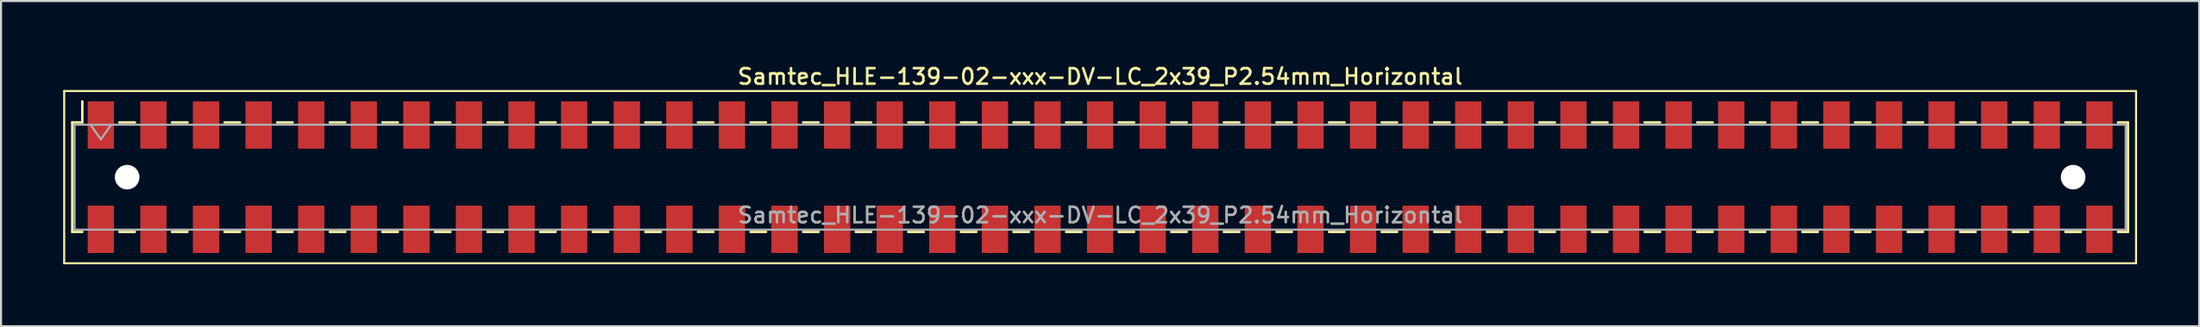
<source format=kicad_pcb>
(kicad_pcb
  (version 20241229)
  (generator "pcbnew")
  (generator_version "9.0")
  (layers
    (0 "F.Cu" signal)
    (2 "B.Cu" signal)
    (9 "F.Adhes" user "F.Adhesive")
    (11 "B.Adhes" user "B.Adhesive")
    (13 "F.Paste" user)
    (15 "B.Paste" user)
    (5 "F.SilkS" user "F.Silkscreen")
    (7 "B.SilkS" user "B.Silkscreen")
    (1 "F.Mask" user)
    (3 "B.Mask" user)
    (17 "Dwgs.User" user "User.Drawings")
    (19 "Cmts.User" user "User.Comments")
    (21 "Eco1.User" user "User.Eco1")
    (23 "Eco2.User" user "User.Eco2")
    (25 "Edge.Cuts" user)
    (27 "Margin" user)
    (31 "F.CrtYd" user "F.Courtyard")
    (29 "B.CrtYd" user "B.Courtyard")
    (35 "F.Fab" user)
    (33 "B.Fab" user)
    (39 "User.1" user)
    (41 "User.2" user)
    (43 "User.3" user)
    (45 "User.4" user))
  (footprint "Samtec_HLE-139-02-xxx-DV-LC_2x39_P2.54mm_Horizontal"
    (layer "F.Cu")
    (at 50.08 5.528)
    (property "Reference" "Samtec_HLE-139-02-xxx-DV-LC_2x39_P2.54mm_Horizontal" (at 0 -4.87 0) (layer "F.SilkS") (effects (font (size 0.75 0.75) (thickness 0.125))))
    (attr smd)
    (fp_line (start -50.03 -4.17) (end 50.03 -4.17) (stroke (width 0.1) (type solid)) (layer "F.SilkS"))
    (fp_line (start -50.03 4.17) (end -50.03 -4.17) (stroke (width 0.1) (type solid)) (layer "F.SilkS"))
    (fp_line (start -49.64 -2.65) (end -49.64 2.65) (stroke (width 0.12) (type solid)) (layer "F.SilkS"))
    (fp_line (start -49.64 2.65) (end -49.155 2.65) (stroke (width 0.12) (type solid)) (layer "F.SilkS"))
    (fp_line (start -49.155 -3.67) (end -49.155 -2.65) (stroke (width 0.12) (type solid)) (layer "F.SilkS"))
    (fp_line (start -49.155 -2.65) (end -49.64 -2.65) (stroke (width 0.12) (type solid)) (layer "F.SilkS"))
    (fp_line (start -47.365 -2.65) (end -46.615 -2.65) (stroke (width 0.12) (type solid)) (layer "F.SilkS"))
    (fp_line (start -47.365 2.65) (end -46.615 2.65) (stroke (width 0.12) (type solid)) (layer "F.SilkS"))
    (fp_line (start -44.825 -2.65) (end -44.075 -2.65) (stroke (width 0.12) (type solid)) (layer "F.SilkS"))
    (fp_line (start -44.825 2.65) (end -44.075 2.65) (stroke (width 0.12) (type solid)) (layer "F.SilkS"))
    (fp_line (start -42.285 -2.65) (end -41.535 -2.65) (stroke (width 0.12) (type solid)) (layer "F.SilkS"))
    (fp_line (start -42.285 2.65) (end -41.535 2.65) (stroke (width 0.12) (type solid)) (layer "F.SilkS"))
    (fp_line (start -39.745 -2.65) (end -38.995 -2.65) (stroke (width 0.12) (type solid)) (layer "F.SilkS"))
    (fp_line (start -39.745 2.65) (end -38.995 2.65) (stroke (width 0.12) (type solid)) (layer "F.SilkS"))
    (fp_line (start -37.205 -2.65) (end -36.455 -2.65) (stroke (width 0.12) (type solid)) (layer "F.SilkS"))
    (fp_line (start -37.205 2.65) (end -36.455 2.65) (stroke (width 0.12) (type solid)) (layer "F.SilkS"))
    (fp_line (start -34.665 -2.65) (end -33.915 -2.65) (stroke (width 0.12) (type solid)) (layer "F.SilkS"))
    (fp_line (start -34.665 2.65) (end -33.915 2.65) (stroke (width 0.12) (type solid)) (layer "F.SilkS"))
    (fp_line (start -32.125 -2.65) (end -31.375 -2.65) (stroke (width 0.12) (type solid)) (layer "F.SilkS"))
    (fp_line (start -32.125 2.65) (end -31.375 2.65) (stroke (width 0.12) (type solid)) (layer "F.SilkS"))
    (fp_line (start -29.585 -2.65) (end -28.835 -2.65) (stroke (width 0.12) (type solid)) (layer "F.SilkS"))
    (fp_line (start -29.585 2.65) (end -28.835 2.65) (stroke (width 0.12) (type solid)) (layer "F.SilkS"))
    (fp_line (start -27.045 -2.65) (end -26.295 -2.65) (stroke (width 0.12) (type solid)) (layer "F.SilkS"))
    (fp_line (start -27.045 2.65) (end -26.295 2.65) (stroke (width 0.12) (type solid)) (layer "F.SilkS"))
    (fp_line (start -24.505 -2.65) (end -23.755 -2.65) (stroke (width 0.12) (type solid)) (layer "F.SilkS"))
    (fp_line (start -24.505 2.65) (end -23.755 2.65) (stroke (width 0.12) (type solid)) (layer "F.SilkS"))
    (fp_line (start -21.965 -2.65) (end -21.215 -2.65) (stroke (width 0.12) (type solid)) (layer "F.SilkS"))
    (fp_line (start -21.965 2.65) (end -21.215 2.65) (stroke (width 0.12) (type solid)) (layer "F.SilkS"))
    (fp_line (start -19.425 -2.65) (end -18.675 -2.65) (stroke (width 0.12) (type solid)) (layer "F.SilkS"))
    (fp_line (start -19.425 2.65) (end -18.675 2.65) (stroke (width 0.12) (type solid)) (layer "F.SilkS"))
    (fp_line (start -16.885 -2.65) (end -16.135 -2.65) (stroke (width 0.12) (type solid)) (layer "F.SilkS"))
    (fp_line (start -16.885 2.65) (end -16.135 2.65) (stroke (width 0.12) (type solid)) (layer "F.SilkS"))
    (fp_line (start -14.345 -2.65) (end -13.595 -2.65) (stroke (width 0.12) (type solid)) (layer "F.SilkS"))
    (fp_line (start -14.345 2.65) (end -13.595 2.65) (stroke (width 0.12) (type solid)) (layer "F.SilkS"))
    (fp_line (start -11.805 -2.65) (end -11.055 -2.65) (stroke (width 0.12) (type solid)) (layer "F.SilkS"))
    (fp_line (start -11.805 2.65) (end -11.055 2.65) (stroke (width 0.12) (type solid)) (layer "F.SilkS"))
    (fp_line (start -9.265 -2.65) (end -8.515 -2.65) (stroke (width 0.12) (type solid)) (layer "F.SilkS"))
    (fp_line (start -9.265 2.65) (end -8.515 2.65) (stroke (width 0.12) (type solid)) (layer "F.SilkS"))
    (fp_line (start -6.725 -2.65) (end -5.975 -2.65) (stroke (width 0.12) (type solid)) (layer "F.SilkS"))
    (fp_line (start -6.725 2.65) (end -5.975 2.65) (stroke (width 0.12) (type solid)) (layer "F.SilkS"))
    (fp_line (start -4.185 -2.65) (end -3.435 -2.65) (stroke (width 0.12) (type solid)) (layer "F.SilkS"))
    (fp_line (start -4.185 2.65) (end -3.435 2.65) (stroke (width 0.12) (type solid)) (layer "F.SilkS"))
    (fp_line (start -1.645 -2.65) (end -0.895 -2.65) (stroke (width 0.12) (type solid)) (layer "F.SilkS"))
    (fp_line (start -1.645 2.65) (end -0.895 2.65) (stroke (width 0.12) (type solid)) (layer "F.SilkS"))
    (fp_line (start 0.895 -2.65) (end 1.645 -2.65) (stroke (width 0.12) (type solid)) (layer "F.SilkS"))
    (fp_line (start 0.895 2.65) (end 1.645 2.65) (stroke (width 0.12) (type solid)) (layer "F.SilkS"))
    (fp_line (start 3.435 -2.65) (end 4.185 -2.65) (stroke (width 0.12) (type solid)) (layer "F.SilkS"))
    (fp_line (start 3.435 2.65) (end 4.185 2.65) (stroke (width 0.12) (type solid)) (layer "F.SilkS"))
    (fp_line (start 5.975 -2.65) (end 6.725 -2.65) (stroke (width 0.12) (type solid)) (layer "F.SilkS"))
    (fp_line (start 5.975 2.65) (end 6.725 2.65) (stroke (width 0.12) (type solid)) (layer "F.SilkS"))
    (fp_line (start 8.515 -2.65) (end 9.265 -2.65) (stroke (width 0.12) (type solid)) (layer "F.SilkS"))
    (fp_line (start 8.515 2.65) (end 9.265 2.65) (stroke (width 0.12) (type solid)) (layer "F.SilkS"))
    (fp_line (start 11.055 -2.65) (end 11.805 -2.65) (stroke (width 0.12) (type solid)) (layer "F.SilkS"))
    (fp_line (start 11.055 2.65) (end 11.805 2.65) (stroke (width 0.12) (type solid)) (layer "F.SilkS"))
    (fp_line (start 13.595 -2.65) (end 14.345 -2.65) (stroke (width 0.12) (type solid)) (layer "F.SilkS"))
    (fp_line (start 13.595 2.65) (end 14.345 2.65) (stroke (width 0.12) (type solid)) (layer "F.SilkS"))
    (fp_line (start 16.135 -2.65) (end 16.885 -2.65) (stroke (width 0.12) (type solid)) (layer "F.SilkS"))
    (fp_line (start 16.135 2.65) (end 16.885 2.65) (stroke (width 0.12) (type solid)) (layer "F.SilkS"))
    (fp_line (start 18.675 -2.65) (end 19.425 -2.65) (stroke (width 0.12) (type solid)) (layer "F.SilkS"))
    (fp_line (start 18.675 2.65) (end 19.425 2.65) (stroke (width 0.12) (type solid)) (layer "F.SilkS"))
    (fp_line (start 21.215 -2.65) (end 21.965 -2.65) (stroke (width 0.12) (type solid)) (layer "F.SilkS"))
    (fp_line (start 21.215 2.65) (end 21.965 2.65) (stroke (width 0.12) (type solid)) (layer "F.SilkS"))
    (fp_line (start 23.755 -2.65) (end 24.505 -2.65) (stroke (width 0.12) (type solid)) (layer "F.SilkS"))
    (fp_line (start 23.755 2.65) (end 24.505 2.65) (stroke (width 0.12) (type solid)) (layer "F.SilkS"))
    (fp_line (start 26.295 -2.65) (end 27.045 -2.65) (stroke (width 0.12) (type solid)) (layer "F.SilkS"))
    (fp_line (start 26.295 2.65) (end 27.045 2.65) (stroke (width 0.12) (type solid)) (layer "F.SilkS"))
    (fp_line (start 28.835 -2.65) (end 29.585 -2.65) (stroke (width 0.12) (type solid)) (layer "F.SilkS"))
    (fp_line (start 28.835 2.65) (end 29.585 2.65) (stroke (width 0.12) (type solid)) (layer "F.SilkS"))
    (fp_line (start 31.375 -2.65) (end 32.125 -2.65) (stroke (width 0.12) (type solid)) (layer "F.SilkS"))
    (fp_line (start 31.375 2.65) (end 32.125 2.65) (stroke (width 0.12) (type solid)) (layer "F.SilkS"))
    (fp_line (start 33.915 -2.65) (end 34.665 -2.65) (stroke (width 0.12) (type solid)) (layer "F.SilkS"))
    (fp_line (start 33.915 2.65) (end 34.665 2.65) (stroke (width 0.12) (type solid)) (layer "F.SilkS"))
    (fp_line (start 36.455 -2.65) (end 37.205 -2.65) (stroke (width 0.12) (type solid)) (layer "F.SilkS"))
    (fp_line (start 36.455 2.65) (end 37.205 2.65) (stroke (width 0.12) (type solid)) (layer "F.SilkS"))
    (fp_line (start 38.995 -2.65) (end 39.745 -2.65) (stroke (width 0.12) (type solid)) (layer "F.SilkS"))
    (fp_line (start 38.995 2.65) (end 39.745 2.65) (stroke (width 0.12) (type solid)) (layer "F.SilkS"))
    (fp_line (start 41.535 -2.65) (end 42.285 -2.65) (stroke (width 0.12) (type solid)) (layer "F.SilkS"))
    (fp_line (start 41.535 2.65) (end 42.285 2.65) (stroke (width 0.12) (type solid)) (layer "F.SilkS"))
    (fp_line (start 44.075 -2.65) (end 44.825 -2.65) (stroke (width 0.12) (type solid)) (layer "F.SilkS"))
    (fp_line (start 44.075 2.65) (end 44.825 2.65) (stroke (width 0.12) (type solid)) (layer "F.SilkS"))
    (fp_line (start 46.615 -2.65) (end 47.365 -2.65) (stroke (width 0.12) (type solid)) (layer "F.SilkS"))
    (fp_line (start 46.615 2.65) (end 47.365 2.65) (stroke (width 0.12) (type solid)) (layer "F.SilkS"))
    (fp_line (start 49.155 -2.65) (end 49.64 -2.65) (stroke (width 0.12) (type solid)) (layer "F.SilkS"))
    (fp_line (start 49.64 -2.65) (end 49.64 2.65) (stroke (width 0.12) (type solid)) (layer "F.SilkS"))
    (fp_line (start 49.64 2.65) (end 49.155 2.65) (stroke (width 0.12) (type solid)) (layer "F.SilkS"))
    (fp_line (start 50.03 -4.17) (end 50.03 4.17) (stroke (width 0.1) (type solid)) (layer "F.SilkS"))
    (fp_line (start 50.03 4.17) (end -50.03 4.17) (stroke (width 0.1) (type solid)) (layer "F.SilkS"))
    (fp_line (start -49.53 -2.54) (end 49.53 -2.54) (stroke (width 0.1) (type solid)) (layer "F.Fab"))
    (fp_line (start -49.53 2.54) (end -49.53 -2.54) (stroke (width 0.1) (type solid)) (layer "F.Fab"))
    (fp_line (start -48.76 -2.54) (end -48.26 -1.833) (stroke (width 0.1) (type solid)) (layer "F.Fab"))
    (fp_line (start -48.26 -1.833) (end -47.76 -2.54) (stroke (width 0.1) (type solid)) (layer "F.Fab"))
    (fp_line (start 49.53 -2.54) (end 49.53 2.54) (stroke (width 0.1) (type solid)) (layer "F.Fab"))
    (fp_line (start 49.53 2.54) (end -49.53 2.54) (stroke (width 0.1) (type solid)) (layer "F.Fab"))
    (fp_text user "${REFERENCE}" (at 0 1.84 0) (layer "F.Fab") (effects (font (size 0.75 0.75) (thickness 0.125))))
    (pad "" np_thru_hole circle (at -46.99 0) (size 1.19 1.19) (drill 1.19) (layers "*.Cu" "*.Mask"))
    (pad "" np_thru_hole circle (at 46.99 0) (size 1.19 1.19) (drill 1.19) (layers "*.Cu" "*.Mask"))
    (pad "1" smd rect (at -48.26 -2.525) (size 1.27 2.29) (layers "F.Cu" "F.Mask" "F.Paste"))
    (pad "2" smd rect (at -48.26 2.525) (size 1.27 2.29) (layers "F.Cu" "F.Mask" "F.Paste"))
    (pad "3" smd rect (at -45.72 -2.525) (size 1.27 2.29) (layers "F.Cu" "F.Mask" "F.Paste"))
    (pad "4" smd rect (at -45.72 2.525) (size 1.27 2.29) (layers "F.Cu" "F.Mask" "F.Paste"))
    (pad "5" smd rect (at -43.18 -2.525) (size 1.27 2.29) (layers "F.Cu" "F.Mask" "F.Paste"))
    (pad "6" smd rect (at -43.18 2.525) (size 1.27 2.29) (layers "F.Cu" "F.Mask" "F.Paste"))
    (pad "7" smd rect (at -40.64 -2.525) (size 1.27 2.29) (layers "F.Cu" "F.Mask" "F.Paste"))
    (pad "8" smd rect (at -40.64 2.525) (size 1.27 2.29) (layers "F.Cu" "F.Mask" "F.Paste"))
    (pad "9" smd rect (at -38.1 -2.525) (size 1.27 2.29) (layers "F.Cu" "F.Mask" "F.Paste"))
    (pad "10" smd rect (at -38.1 2.525) (size 1.27 2.29) (layers "F.Cu" "F.Mask" "F.Paste"))
    (pad "11" smd rect (at -35.56 -2.525) (size 1.27 2.29) (layers "F.Cu" "F.Mask" "F.Paste"))
    (pad "12" smd rect (at -35.56 2.525) (size 1.27 2.29) (layers "F.Cu" "F.Mask" "F.Paste"))
    (pad "13" smd rect (at -33.02 -2.525) (size 1.27 2.29) (layers "F.Cu" "F.Mask" "F.Paste"))
    (pad "14" smd rect (at -33.02 2.525) (size 1.27 2.29) (layers "F.Cu" "F.Mask" "F.Paste"))
    (pad "15" smd rect (at -30.48 -2.525) (size 1.27 2.29) (layers "F.Cu" "F.Mask" "F.Paste"))
    (pad "16" smd rect (at -30.48 2.525) (size 1.27 2.29) (layers "F.Cu" "F.Mask" "F.Paste"))
    (pad "17" smd rect (at -27.94 -2.525) (size 1.27 2.29) (layers "F.Cu" "F.Mask" "F.Paste"))
    (pad "18" smd rect (at -27.94 2.525) (size 1.27 2.29) (layers "F.Cu" "F.Mask" "F.Paste"))
    (pad "19" smd rect (at -25.4 -2.525) (size 1.27 2.29) (layers "F.Cu" "F.Mask" "F.Paste"))
    (pad "20" smd rect (at -25.4 2.525) (size 1.27 2.29) (layers "F.Cu" "F.Mask" "F.Paste"))
    (pad "21" smd rect (at -22.86 -2.525) (size 1.27 2.29) (layers "F.Cu" "F.Mask" "F.Paste"))
    (pad "22" smd rect (at -22.86 2.525) (size 1.27 2.29) (layers "F.Cu" "F.Mask" "F.Paste"))
    (pad "23" smd rect (at -20.32 -2.525) (size 1.27 2.29) (layers "F.Cu" "F.Mask" "F.Paste"))
    (pad "24" smd rect (at -20.32 2.525) (size 1.27 2.29) (layers "F.Cu" "F.Mask" "F.Paste"))
    (pad "25" smd rect (at -17.78 -2.525) (size 1.27 2.29) (layers "F.Cu" "F.Mask" "F.Paste"))
    (pad "26" smd rect (at -17.78 2.525) (size 1.27 2.29) (layers "F.Cu" "F.Mask" "F.Paste"))
    (pad "27" smd rect (at -15.24 -2.525) (size 1.27 2.29) (layers "F.Cu" "F.Mask" "F.Paste"))
    (pad "28" smd rect (at -15.24 2.525) (size 1.27 2.29) (layers "F.Cu" "F.Mask" "F.Paste"))
    (pad "29" smd rect (at -12.7 -2.525) (size 1.27 2.29) (layers "F.Cu" "F.Mask" "F.Paste"))
    (pad "30" smd rect (at -12.7 2.525) (size 1.27 2.29) (layers "F.Cu" "F.Mask" "F.Paste"))
    (pad "31" smd rect (at -10.16 -2.525) (size 1.27 2.29) (layers "F.Cu" "F.Mask" "F.Paste"))
    (pad "32" smd rect (at -10.16 2.525) (size 1.27 2.29) (layers "F.Cu" "F.Mask" "F.Paste"))
    (pad "33" smd rect (at -7.62 -2.525) (size 1.27 2.29) (layers "F.Cu" "F.Mask" "F.Paste"))
    (pad "34" smd rect (at -7.62 2.525) (size 1.27 2.29) (layers "F.Cu" "F.Mask" "F.Paste"))
    (pad "35" smd rect (at -5.08 -2.525) (size 1.27 2.29) (layers "F.Cu" "F.Mask" "F.Paste"))
    (pad "36" smd rect (at -5.08 2.525) (size 1.27 2.29) (layers "F.Cu" "F.Mask" "F.Paste"))
    (pad "37" smd rect (at -2.54 -2.525) (size 1.27 2.29) (layers "F.Cu" "F.Mask" "F.Paste"))
    (pad "38" smd rect (at -2.54 2.525) (size 1.27 2.29) (layers "F.Cu" "F.Mask" "F.Paste"))
    (pad "39" smd rect (at 0 -2.525) (size 1.27 2.29) (layers "F.Cu" "F.Mask" "F.Paste"))
    (pad "40" smd rect (at 0 2.525) (size 1.27 2.29) (layers "F.Cu" "F.Mask" "F.Paste"))
    (pad "41" smd rect (at 2.54 -2.525) (size 1.27 2.29) (layers "F.Cu" "F.Mask" "F.Paste"))
    (pad "42" smd rect (at 2.54 2.525) (size 1.27 2.29) (layers "F.Cu" "F.Mask" "F.Paste"))
    (pad "43" smd rect (at 5.08 -2.525) (size 1.27 2.29) (layers "F.Cu" "F.Mask" "F.Paste"))
    (pad "44" smd rect (at 5.08 2.525) (size 1.27 2.29) (layers "F.Cu" "F.Mask" "F.Paste"))
    (pad "45" smd rect (at 7.62 -2.525) (size 1.27 2.29) (layers "F.Cu" "F.Mask" "F.Paste"))
    (pad "46" smd rect (at 7.62 2.525) (size 1.27 2.29) (layers "F.Cu" "F.Mask" "F.Paste"))
    (pad "47" smd rect (at 10.16 -2.525) (size 1.27 2.29) (layers "F.Cu" "F.Mask" "F.Paste"))
    (pad "48" smd rect (at 10.16 2.525) (size 1.27 2.29) (layers "F.Cu" "F.Mask" "F.Paste"))
    (pad "49" smd rect (at 12.7 -2.525) (size 1.27 2.29) (layers "F.Cu" "F.Mask" "F.Paste"))
    (pad "50" smd rect (at 12.7 2.525) (size 1.27 2.29) (layers "F.Cu" "F.Mask" "F.Paste"))
    (pad "51" smd rect (at 15.24 -2.525) (size 1.27 2.29) (layers "F.Cu" "F.Mask" "F.Paste"))
    (pad "52" smd rect (at 15.24 2.525) (size 1.27 2.29) (layers "F.Cu" "F.Mask" "F.Paste"))
    (pad "53" smd rect (at 17.78 -2.525) (size 1.27 2.29) (layers "F.Cu" "F.Mask" "F.Paste"))
    (pad "54" smd rect (at 17.78 2.525) (size 1.27 2.29) (layers "F.Cu" "F.Mask" "F.Paste"))
    (pad "55" smd rect (at 20.32 -2.525) (size 1.27 2.29) (layers "F.Cu" "F.Mask" "F.Paste"))
    (pad "56" smd rect (at 20.32 2.525) (size 1.27 2.29) (layers "F.Cu" "F.Mask" "F.Paste"))
    (pad "57" smd rect (at 22.86 -2.525) (size 1.27 2.29) (layers "F.Cu" "F.Mask" "F.Paste"))
    (pad "58" smd rect (at 22.86 2.525) (size 1.27 2.29) (layers "F.Cu" "F.Mask" "F.Paste"))
    (pad "59" smd rect (at 25.4 -2.525) (size 1.27 2.29) (layers "F.Cu" "F.Mask" "F.Paste"))
    (pad "60" smd rect (at 25.4 2.525) (size 1.27 2.29) (layers "F.Cu" "F.Mask" "F.Paste"))
    (pad "61" smd rect (at 27.94 -2.525) (size 1.27 2.29) (layers "F.Cu" "F.Mask" "F.Paste"))
    (pad "62" smd rect (at 27.94 2.525) (size 1.27 2.29) (layers "F.Cu" "F.Mask" "F.Paste"))
    (pad "63" smd rect (at 30.48 -2.525) (size 1.27 2.29) (layers "F.Cu" "F.Mask" "F.Paste"))
    (pad "64" smd rect (at 30.48 2.525) (size 1.27 2.29) (layers "F.Cu" "F.Mask" "F.Paste"))
    (pad "65" smd rect (at 33.02 -2.525) (size 1.27 2.29) (layers "F.Cu" "F.Mask" "F.Paste"))
    (pad "66" smd rect (at 33.02 2.525) (size 1.27 2.29) (layers "F.Cu" "F.Mask" "F.Paste"))
    (pad "67" smd rect (at 35.56 -2.525) (size 1.27 2.29) (layers "F.Cu" "F.Mask" "F.Paste"))
    (pad "68" smd rect (at 35.56 2.525) (size 1.27 2.29) (layers "F.Cu" "F.Mask" "F.Paste"))
    (pad "69" smd rect (at 38.1 -2.525) (size 1.27 2.29) (layers "F.Cu" "F.Mask" "F.Paste"))
    (pad "70" smd rect (at 38.1 2.525) (size 1.27 2.29) (layers "F.Cu" "F.Mask" "F.Paste"))
    (pad "71" smd rect (at 40.64 -2.525) (size 1.27 2.29) (layers "F.Cu" "F.Mask" "F.Paste"))
    (pad "72" smd rect (at 40.64 2.525) (size 1.27 2.29) (layers "F.Cu" "F.Mask" "F.Paste"))
    (pad "73" smd rect (at 43.18 -2.525) (size 1.27 2.29) (layers "F.Cu" "F.Mask" "F.Paste"))
    (pad "74" smd rect (at 43.18 2.525) (size 1.27 2.29) (layers "F.Cu" "F.Mask" "F.Paste"))
    (pad "75" smd rect (at 45.72 -2.525) (size 1.27 2.29) (layers "F.Cu" "F.Mask" "F.Paste"))
    (pad "76" smd rect (at 45.72 2.525) (size 1.27 2.29) (layers "F.Cu" "F.Mask" "F.Paste"))
    (pad "77" smd rect (at 48.26 -2.525) (size 1.27 2.29) (layers "F.Cu" "F.Mask" "F.Paste"))
    (pad "78" smd rect (at 48.26 2.525) (size 1.27 2.29) (layers "F.Cu" "F.Mask" "F.Paste")))
  (gr_rect
    (start -3 -3)
    (end 103.16 12.748)
    (stroke (width 0.1) (type default))
    (fill no)
    (layer "Edge.Cuts")))
</source>
